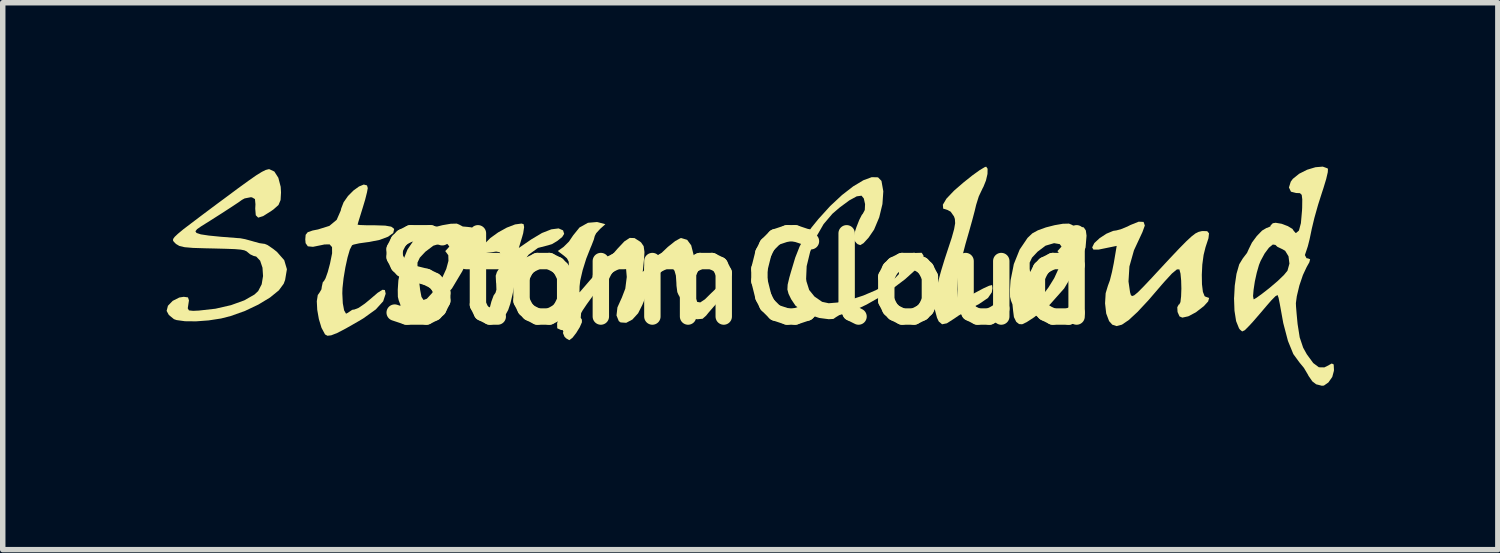
<source format=kicad_pcb>
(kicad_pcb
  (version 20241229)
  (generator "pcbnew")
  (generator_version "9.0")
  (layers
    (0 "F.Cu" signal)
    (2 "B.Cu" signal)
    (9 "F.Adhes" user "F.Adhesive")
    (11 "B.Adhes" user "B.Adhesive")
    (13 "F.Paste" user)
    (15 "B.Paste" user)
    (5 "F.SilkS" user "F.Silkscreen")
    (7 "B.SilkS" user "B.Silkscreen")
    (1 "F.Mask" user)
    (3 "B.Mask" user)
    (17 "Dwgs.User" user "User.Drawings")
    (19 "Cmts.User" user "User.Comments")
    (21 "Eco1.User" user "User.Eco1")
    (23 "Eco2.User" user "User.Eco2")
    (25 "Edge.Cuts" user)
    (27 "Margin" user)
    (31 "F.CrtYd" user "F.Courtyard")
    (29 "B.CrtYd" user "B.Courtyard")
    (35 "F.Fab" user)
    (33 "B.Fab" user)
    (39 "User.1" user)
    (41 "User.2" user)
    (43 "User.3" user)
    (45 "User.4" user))
  (footprint "StormCloud"
    (layer "F.Cu")
    (at 10.452 2.055)
    (property "Reference" "StormCloud" (at 0 0 0) (layer "F.SilkS") (effects (font (size 1.524 1.524) (thickness 0.3))))
    (attr board_only exclude_from_pos_files exclude_from_bom)
    (fp_poly (pts (xy -3.917 -1.001) (xy -3.908 -0.947) (xy -3.925 -0.836) (xy -3.943 -0.772) (xy -4.005 -0.566) (xy -3.777 -0.723) (xy -3.581 -0.84) (xy -3.41 -0.907) (xy -3.277 -0.924) (xy -3.195 -0.888) (xy -3.175 -0.824) (xy -3.211 -0.767) (xy -3.297 -0.697) (xy -3.396 -0.637) (xy -3.468 -0.615) (xy -3.654 -0.567) (xy -3.825 -0.443) (xy -3.964 -0.26) (xy -4.055 -0.034) (xy -4.068 0.023) (xy -4.118 0.275) (xy -4.16 0.452) (xy -4.2 0.57) (xy -4.243 0.648) (xy -4.295 0.701) (xy -4.302 0.707) (xy -4.433 0.783) (xy -4.524 0.776) (xy -4.555 0.743) (xy -4.561 0.671) (xy -4.542 0.549) (xy -4.507 0.414) (xy -4.466 0.303) (xy -4.432 0.255) (xy -4.415 0.198) (xy -4.419 0.088) (xy -4.422 0.065) (xy -4.428 -0.058) (xy -4.405 -0.13) (xy -4.401 -0.133) (xy -4.353 -0.213) (xy -4.335 -0.362) (xy -4.337 -0.434) (xy -4.356 -0.488) (xy -4.42 -0.5) (xy -4.506 -0.487) (xy -4.615 -0.473) (xy -4.661 -0.495) (xy -4.669 -0.555) (xy -4.629 -0.645) (xy -4.526 -0.748) (xy -4.383 -0.851) (xy -4.224 -0.939) (xy -4.073 -0.997) (xy -3.955 -1.013)) (stroke (width 0) (type solid)) (fill yes) (layer "F.SilkS"))
    (fp_poly (pts (xy 4.576 -2.016) (xy 4.574 -1.921) (xy 4.546 -1.801) (xy 4.499 -1.684) (xy 4.487 -1.663) (xy 4.415 -1.511) (xy 4.366 -1.354) (xy 4.34 -1.245) (xy 4.294 -1.071) (xy 4.234 -0.857) (xy 4.171 -0.638) (xy 4.087 -0.315) (xy 4.035 -0.034) (xy 4.017 0.191) (xy 4.034 0.348) (xy 4.047 0.382) (xy 4.093 0.377) (xy 4.196 0.333) (xy 4.337 0.26) (xy 4.35 0.253) (xy 4.494 0.176) (xy 4.603 0.126) (xy 4.657 0.113) (xy 4.658 0.113) (xy 4.665 0.17) (xy 4.653 0.246) (xy 4.583 0.349) (xy 4.424 0.457) (xy 4.372 0.485) (xy 4.203 0.577) (xy 4.042 0.674) (xy 3.965 0.727) (xy 3.831 0.813) (xy 3.743 0.831) (xy 3.682 0.78) (xy 3.65 0.712) (xy 3.593 0.5) (xy 3.607 0.339) (xy 3.611 0.327) (xy 3.639 0.23) (xy 3.658 0.117) (xy 3.68 0.016) (xy 3.725 -0.148) (xy 3.787 -0.351) (xy 3.844 -0.525) (xy 3.919 -0.752) (xy 3.963 -0.91) (xy 3.982 -1.019) (xy 3.977 -1.096) (xy 3.961 -1.143) (xy 3.9 -1.23) (xy 3.843 -1.261) (xy 3.763 -1.286) (xy 3.757 -1.358) (xy 3.822 -1.468) (xy 3.956 -1.609) (xy 3.971 -1.623) (xy 4.135 -1.765) (xy 4.294 -1.892) (xy 4.43 -1.99) (xy 4.524 -2.046) (xy 4.55 -2.054)) (stroke (width 0) (type solid)) (fill yes) (layer "F.SilkS"))
    (fp_poly (pts (xy -5.097 -0.994) (xy -5.031 -0.959) (xy -4.949 -0.952) (xy -4.869 -0.943) (xy -4.832 -0.887) (xy -4.819 -0.791) (xy -4.836 -0.573) (xy -4.932 -0.347) (xy -4.944 -0.327) (xy -4.996 -0.231) (xy -5.04 -0.14) (xy -5.229 0.176) (xy -5.491 0.471) (xy -5.78 0.704) (xy -5.915 0.792) (xy -5.998 0.831) (xy -6.054 0.827) (xy -6.106 0.786) (xy -6.107 0.784) (xy -6.147 0.7) (xy -6.163 0.584) (xy -6.175 0.467) (xy -6.203 0.395) (xy -6.219 0.329) (xy -6.221 0.198) (xy -6.21 0.031) (xy -6.209 0.023) (xy -6.166 -0.189) (xy -5.86 -0.189) (xy -5.859 -0.183) (xy -5.841 -0.034) (xy -5.818 0.144) (xy -5.812 0.199) (xy -5.787 0.33) (xy -5.749 0.386) (xy -5.688 0.363) (xy -5.595 0.262) (xy -5.516 0.157) (xy -5.41 -0.014) (xy -5.333 -0.183) (xy -5.293 -0.33) (xy -5.296 -0.433) (xy -5.319 -0.465) (xy -5.352 -0.509) (xy -5.328 -0.534) (xy -5.277 -0.591) (xy -5.309 -0.636) (xy -5.413 -0.654) (xy -5.569 -0.608) (xy -5.715 -0.498) (xy -5.817 -0.389) (xy -5.86 -0.298) (xy -5.86 -0.189) (xy -6.166 -0.189) (xy -6.15 -0.271) (xy -6.043 -0.537) (xy -5.899 -0.75) (xy -5.812 -0.833) (xy -5.71 -0.889) (xy -5.564 -0.942) (xy -5.403 -0.983) (xy -5.252 -1.009) (xy -5.141 -1.012)) (stroke (width 0) (type solid)) (fill yes) (layer "F.SilkS"))
    (fp_poly (pts (xy 6.109 -0.994) (xy 6.175 -0.959) (xy 6.257 -0.952) (xy 6.336 -0.943) (xy 6.374 -0.887) (xy 6.387 -0.791) (xy 6.369 -0.573) (xy 6.274 -0.347) (xy 6.262 -0.327) (xy 6.21 -0.231) (xy 6.166 -0.14) (xy 5.977 0.176) (xy 5.715 0.471) (xy 5.426 0.704) (xy 5.291 0.792) (xy 5.208 0.831) (xy 5.152 0.827) (xy 5.1 0.786) (xy 5.099 0.784) (xy 5.058 0.7) (xy 5.043 0.584) (xy 5.031 0.467) (xy 5.003 0.395) (xy 4.987 0.329) (xy 4.985 0.198) (xy 4.996 0.031) (xy 4.997 0.023) (xy 5.04 -0.189) (xy 5.346 -0.189) (xy 5.346 -0.183) (xy 5.365 -0.034) (xy 5.387 0.144) (xy 5.394 0.199) (xy 5.419 0.33) (xy 5.457 0.386) (xy 5.518 0.363) (xy 5.611 0.262) (xy 5.69 0.157) (xy 5.796 -0.014) (xy 5.873 -0.183) (xy 5.913 -0.33) (xy 5.91 -0.433) (xy 5.887 -0.465) (xy 5.854 -0.509) (xy 5.878 -0.534) (xy 5.929 -0.591) (xy 5.897 -0.636) (xy 5.793 -0.654) (xy 5.637 -0.608) (xy 5.491 -0.498) (xy 5.389 -0.389) (xy 5.346 -0.298) (xy 5.346 -0.189) (xy 5.04 -0.189) (xy 5.056 -0.271) (xy 5.163 -0.537) (xy 5.307 -0.75) (xy 5.394 -0.833) (xy 5.496 -0.889) (xy 5.642 -0.942) (xy 5.803 -0.983) (xy 5.953 -1.009) (xy 6.065 -1.012)) (stroke (width 0) (type solid)) (fill yes) (layer "F.SilkS"))
    (fp_poly (pts (xy 7.431 -1.043) (xy 7.454 -0.977) (xy 7.41 -0.856) (xy 7.255 -0.523) (xy 7.172 -0.228) (xy 7.155 0.047) (xy 7.184 0.247) (xy 7.198 0.295) (xy 7.22 0.315) (xy 7.259 0.301) (xy 7.327 0.245) (xy 7.432 0.139) (xy 7.586 -0.024) (xy 7.681 -0.127) (xy 7.908 -0.371) (xy 8.081 -0.554) (xy 8.211 -0.686) (xy 8.307 -0.775) (xy 8.379 -0.831) (xy 8.437 -0.86) (xy 8.489 -0.873) (xy 8.515 -0.876) (xy 8.596 -0.873) (xy 8.629 -0.834) (xy 8.619 -0.744) (xy 8.567 -0.586) (xy 8.566 -0.584) (xy 8.53 -0.439) (xy 8.506 -0.262) (xy 8.497 -0.075) (xy 8.5 0.099) (xy 8.517 0.237) (xy 8.548 0.316) (xy 8.568 0.327) (xy 8.631 0.349) (xy 8.613 0.413) (xy 8.533 0.5) (xy 8.388 0.612) (xy 8.25 0.685) (xy 8.141 0.709) (xy 8.089 0.687) (xy 8.053 0.606) (xy 8.048 0.519) (xy 8.075 0.469) (xy 8.085 0.467) (xy 8.106 0.425) (xy 8.118 0.319) (xy 8.123 0.178) (xy 8.119 0.029) (xy 8.107 -0.097) (xy 8.087 -0.173) (xy 8.086 -0.174) (xy 8.042 -0.174) (xy 7.951 -0.099) (xy 7.813 0.051) (xy 7.765 0.106) (xy 7.519 0.392) (xy 7.319 0.606) (xy 7.16 0.753) (xy 7.035 0.838) (xy 6.936 0.864) (xy 6.858 0.838) (xy 6.8 0.773) (xy 6.747 0.633) (xy 6.726 0.448) (xy 6.737 0.262) (xy 6.778 0.126) (xy 6.814 0.028) (xy 6.853 -0.127) (xy 6.886 -0.29) (xy 6.939 -0.604) (xy 6.831 -0.582) (xy 6.695 -0.554) (xy 6.607 -0.536) (xy 6.513 -0.536) (xy 6.49 -0.576) (xy 6.529 -0.655) (xy 6.626 -0.745) (xy 6.751 -0.827) (xy 6.876 -0.879) (xy 6.932 -0.887) (xy 7.013 -0.908) (xy 7.137 -0.959) (xy 7.192 -0.987) (xy 7.342 -1.047)) (stroke (width 0) (type solid)) (fill yes) (layer "F.SilkS"))
    (fp_poly (pts (xy 2.57 -1.859) (xy 2.633 -1.794) (xy 2.667 -1.603) (xy 2.651 -1.37) (xy 2.592 -1.126) (xy 2.498 -0.902) (xy 2.397 -0.754) (xy 2.305 -0.654) (xy 2.246 -0.618) (xy 2.198 -0.635) (xy 2.174 -0.656) (xy 2.133 -0.708) (xy 2.125 -0.77) (xy 2.151 -0.874) (xy 2.175 -0.948) (xy 2.227 -1.08) (xy 2.274 -1.172) (xy 2.292 -1.193) (xy 2.328 -1.261) (xy 2.333 -1.369) (xy 2.31 -1.472) (xy 2.268 -1.523) (xy 2.18 -1.511) (xy 2.043 -1.436) (xy 1.866 -1.305) (xy 1.735 -1.192) (xy 1.574 -1.003) (xy 1.435 -0.762) (xy 1.328 -0.496) (xy 1.264 -0.233) (xy 1.254 -0.000053) (xy 1.26 0.045) (xy 1.31 0.203) (xy 1.407 0.323) (xy 1.547 0.42) (xy 1.668 0.446) (xy 1.847 0.431) (xy 2.065 0.382) (xy 2.3 0.305) (xy 2.53 0.207) (xy 2.735 0.095) (xy 2.883 -0.015) (xy 2.952 -0.087) (xy 2.955 -0.139) (xy 2.911 -0.195) (xy 2.859 -0.264) (xy 2.852 -0.293) (xy 2.902 -0.318) (xy 3.009 -0.369) (xy 3.1 -0.412) (xy 3.268 -0.475) (xy 3.37 -0.478) (xy 3.404 -0.423) (xy 3.366 -0.312) (xy 3.354 -0.291) (xy 3.242 -0.153) (xy 3.066 0.006) (xy 2.846 0.172) (xy 2.603 0.333) (xy 2.358 0.472) (xy 2.134 0.577) (xy 1.973 0.628) (xy 1.862 0.663) (xy 1.797 0.702) (xy 1.795 0.704) (xy 1.754 0.733) (xy 1.668 0.738) (xy 1.515 0.718) (xy 1.494 0.715) (xy 1.246 0.634) (xy 1.06 0.491) (xy 0.98 0.372) (xy 0.932 0.273) (xy 0.911 0.194) (xy 0.916 0.105) (xy 0.947 -0.026) (xy 0.976 -0.127) (xy 1.055 -0.39) (xy 1.135 -0.593) (xy 1.229 -0.767) (xy 1.357 -0.946) (xy 1.48 -1.097) (xy 1.695 -1.334) (xy 1.911 -1.535) (xy 2.116 -1.694) (xy 2.301 -1.805) (xy 2.455 -1.862)) (stroke (width 0) (type solid)) (fill yes) (layer "F.SilkS"))
    (fp_poly (pts (xy -6.784 -1.711) (xy -6.77 -1.662) (xy -6.784 -1.585) (xy -6.818 -1.45) (xy -6.863 -1.3) (xy -6.91 -1.148) (xy -6.944 -1.038) (xy -6.956 -0.992) (xy -6.914 -0.986) (xy -6.802 -0.982) (xy -6.644 -0.981) (xy -6.635 -0.981) (xy -6.45 -0.975) (xy -6.341 -0.956) (xy -6.291 -0.919) (xy -6.287 -0.911) (xy -6.304 -0.84) (xy -6.398 -0.772) (xy -6.552 -0.714) (xy -6.75 -0.675) (xy -6.783 -0.671) (xy -6.927 -0.651) (xy -7.029 -0.628) (xy -7.058 -0.615) (xy -7.098 -0.537) (xy -7.14 -0.393) (xy -7.18 -0.21) (xy -7.213 -0.013) (xy -7.233 0.171) (xy -7.236 0.264) (xy -7.227 0.447) (xy -7.203 0.576) (xy -7.168 0.637) (xy -7.127 0.617) (xy -7.123 0.612) (xy -7.054 0.566) (xy -7.013 0.56) (xy -6.937 0.53) (xy -6.823 0.452) (xy -6.727 0.373) (xy -6.588 0.254) (xy -6.501 0.199) (xy -6.457 0.204) (xy -6.443 0.267) (xy -6.443 0.274) (xy -6.488 0.41) (xy -6.623 0.559) (xy -6.85 0.722) (xy -6.944 0.778) (xy -7.17 0.907) (xy -7.331 0.991) (xy -7.439 1.033) (xy -7.508 1.041) (xy -7.55 1.018) (xy -7.554 1.013) (xy -7.617 0.895) (xy -7.665 0.737) (xy -7.695 0.566) (xy -7.703 0.409) (xy -7.685 0.295) (xy -7.657 0.257) (xy -7.618 0.191) (xy -7.611 0.141) (xy -7.593 0.061) (xy -7.572 0.039) (xy -7.543 -0.011) (xy -7.502 -0.127) (xy -7.461 -0.28) (xy -7.423 -0.468) (xy -7.424 -0.582) (xy -7.469 -0.632) (xy -7.563 -0.63) (xy -7.61 -0.62) (xy -7.773 -0.587) (xy -7.867 -0.596) (xy -7.908 -0.654) (xy -7.914 -0.723) (xy -7.907 -0.807) (xy -7.869 -0.855) (xy -7.778 -0.886) (xy -7.681 -0.905) (xy -7.473 -0.97) (xy -7.339 -1.081) (xy -7.265 -1.25) (xy -7.256 -1.29) (xy -7.212 -1.403) (xy -7.132 -1.517) (xy -7.033 -1.617) (xy -6.931 -1.691) (xy -6.843 -1.727)) (stroke (width 0) (type solid)) (fill yes) (layer "F.SilkS"))
    (fp_poly (pts (xy -8.48 -1.965) (xy -8.407 -1.851) (xy -8.364 -1.686) (xy -8.358 -1.583) (xy -8.366 -1.443) (xy -8.404 -1.353) (xy -8.494 -1.273) (xy -8.535 -1.244) (xy -8.685 -1.149) (xy -8.776 -1.121) (xy -8.82 -1.165) (xy -8.83 -1.286) (xy -8.826 -1.366) (xy -8.835 -1.461) (xy -8.891 -1.493) (xy -8.916 -1.494) (xy -9.024 -1.473) (xy -9.072 -1.447) (xy -9.141 -1.398) (xy -9.274 -1.31) (xy -9.453 -1.194) (xy -9.662 -1.061) (xy -9.822 -0.961) (xy -9.894 -0.911) (xy -9.925 -0.872) (xy -9.905 -0.841) (xy -9.826 -0.815) (xy -9.68 -0.793) (xy -9.459 -0.771) (xy -9.154 -0.747) (xy -9.105 -0.744) (xy -9.015 -0.727) (xy -8.887 -0.692) (xy -8.871 -0.687) (xy -8.751 -0.654) (xy -8.668 -0.642) (xy -8.661 -0.642) (xy -8.602 -0.618) (xy -8.501 -0.549) (xy -8.432 -0.494) (xy -8.299 -0.342) (xy -8.25 -0.177) (xy -8.283 0.019) (xy -8.309 0.089) (xy -8.398 0.21) (xy -8.559 0.341) (xy -8.772 0.47) (xy -9.018 0.587) (xy -9.276 0.679) (xy -9.455 0.725) (xy -9.683 0.76) (xy -9.913 0.777) (xy -10.117 0.775) (xy -10.27 0.754) (xy -10.318 0.737) (xy -10.411 0.661) (xy -10.452 0.586) (xy -10.428 0.492) (xy -10.341 0.402) (xy -10.22 0.341) (xy -10.138 0.328) (xy -10.061 0.339) (xy -10.043 0.394) (xy -10.053 0.459) (xy -10.065 0.539) (xy -10.043 0.577) (xy -9.966 0.585) (xy -9.861 0.58) (xy -9.558 0.546) (xy -9.274 0.481) (xy -9.03 0.393) (xy -8.846 0.288) (xy -8.776 0.223) (xy -8.712 0.099) (xy -8.687 -0.052) (xy -8.697 -0.205) (xy -8.74 -0.333) (xy -8.812 -0.409) (xy -8.859 -0.42) (xy -8.923 -0.45) (xy -8.958 -0.479) (xy -8.988 -0.504) (xy -9.029 -0.523) (xy -9.096 -0.536) (xy -9.203 -0.545) (xy -9.367 -0.551) (xy -9.602 -0.557) (xy -9.743 -0.56) (xy -9.97 -0.567) (xy -10.123 -0.58) (xy -10.219 -0.603) (xy -10.279 -0.638) (xy -10.294 -0.653) (xy -10.32 -0.679) (xy -10.335 -0.702) (xy -10.333 -0.73) (xy -10.306 -0.768) (xy -10.246 -0.825) (xy -10.146 -0.908) (xy -9.996 -1.022) (xy -9.791 -1.177) (xy -9.522 -1.378) (xy -9.408 -1.462) (xy -9.15 -1.654) (xy -8.954 -1.796) (xy -8.811 -1.896) (xy -8.709 -1.959) (xy -8.638 -1.994) (xy -8.587 -2.007) (xy -8.572 -2.008)) (stroke (width 0) (type solid)) (fill yes) (layer "F.SilkS"))
    (fp_poly (pts (xy 10.797 -2.024) (xy 10.806 -2.013) (xy 10.803 -1.953) (xy 10.774 -1.828) (xy 10.723 -1.66) (xy 10.697 -1.581) (xy 10.625 -1.355) (xy 10.558 -1.117) (xy 10.509 -0.913) (xy 10.504 -0.887) (xy 10.47 -0.725) (xy 10.438 -0.598) (xy 10.418 -0.537) (xy 10.384 -0.436) (xy 10.414 -0.379) (xy 10.443 -0.374) (xy 10.48 -0.359) (xy 10.465 -0.303) (xy 10.416 -0.216) (xy 10.348 -0.071) (xy 10.283 0.121) (xy 10.236 0.317) (xy 10.219 0.444) (xy 10.222 0.51) (xy 10.233 0.643) (xy 10.249 0.813) (xy 10.251 0.83) (xy 10.289 1.071) (xy 10.352 1.259) (xy 10.419 1.38) (xy 10.537 1.541) (xy 10.64 1.618) (xy 10.74 1.62) (xy 10.791 1.595) (xy 10.876 1.549) (xy 10.911 1.566) (xy 10.916 1.661) (xy 10.915 1.683) (xy 10.885 1.795) (xy 10.815 1.895) (xy 10.732 1.953) (xy 10.694 1.956) (xy 10.632 1.94) (xy 10.591 1.93) (xy 10.52 1.876) (xy 10.449 1.773) (xy 10.442 1.757) (xy 10.366 1.629) (xy 10.283 1.528) (xy 10.281 1.525) (xy 10.172 1.376) (xy 10.074 1.136) (xy 9.988 0.809) (xy 9.923 0.45) (xy 9.902 0.346) (xy 9.883 0.295) (xy 9.845 0.317) (xy 9.768 0.395) (xy 9.682 0.494) (xy 9.557 0.641) (xy 9.433 0.784) (xy 9.37 0.853) (xy 9.285 0.939) (xy 9.236 0.962) (xy 9.196 0.929) (xy 9.178 0.905) (xy 9.125 0.773) (xy 9.095 0.582) (xy 9.087 0.357) (xy 9.09 0.314) (xy 9.435 0.314) (xy 9.445 0.371) (xy 9.45 0.374) (xy 9.498 0.346) (xy 9.598 0.274) (xy 9.729 0.172) (xy 9.747 0.157) (xy 9.887 0.038) (xy 10 -0.071) (xy 10.063 -0.147) (xy 10.065 -0.15) (xy 10.101 -0.28) (xy 10.084 -0.414) (xy 10.023 -0.514) (xy 9.975 -0.542) (xy 9.881 -0.587) (xy 9.844 -0.622) (xy 9.797 -0.629) (xy 9.726 -0.571) (xy 9.647 -0.465) (xy 9.574 -0.33) (xy 9.544 -0.256) (xy 9.503 -0.113) (xy 9.468 0.046) (xy 9.445 0.197) (xy 9.435 0.314) (xy 9.09 0.314) (xy 9.1 0.124) (xy 9.132 -0.093) (xy 9.182 -0.267) (xy 9.247 -0.374) (xy 9.325 -0.476) (xy 9.358 -0.549) (xy 9.415 -0.665) (xy 9.504 -0.785) (xy 9.6 -0.884) (xy 9.681 -0.932) (xy 9.693 -0.934) (xy 9.752 -0.96) (xy 9.758 -0.981) (xy 9.797 -1.019) (xy 9.85 -1.027) (xy 9.957 -1.009) (xy 10.071 -0.966) (xy 10.156 -0.915) (xy 10.179 -0.88) (xy 10.214 -0.841) (xy 10.222 -0.84) (xy 10.275 -0.885) (xy 10.311 -1.02) (xy 10.331 -1.246) (xy 10.334 -1.302) (xy 10.336 -1.456) (xy 10.326 -1.538) (xy 10.294 -1.569) (xy 10.233 -1.572) (xy 10.227 -1.571) (xy 10.129 -1.596) (xy 10.092 -1.673) (xy 10.125 -1.779) (xy 10.163 -1.831) (xy 10.278 -1.924) (xy 10.425 -1.998) (xy 10.578 -2.044) (xy 10.711 -2.055)) (stroke (width 0) (type solid)) (fill yes) (layer "F.SilkS"))
    (fp_poly (pts (xy -2.548 -1.035) (xy -2.421 -1.001) (xy -2.518 -0.914) (xy -2.589 -0.836) (xy -2.615 -0.785) (xy -2.632 -0.72) (xy -2.676 -0.607) (xy -2.692 -0.57) (xy -2.771 -0.37) (xy -2.837 -0.158) (xy -2.881 0.031) (xy -2.893 0.136) (xy -2.895 0.248) (xy -2.798 0.136) (xy -2.706 0.029) (xy -2.591 -0.101) (xy -2.553 -0.145) (xy -2.44 -0.275) (xy -2.301 -0.435) (xy -2.201 -0.55) (xy -2.073 -0.686) (xy -1.975 -0.75) (xy -1.887 -0.747) (xy -1.787 -0.683) (xy -1.767 -0.667) (xy -1.72 -0.599) (xy -1.705 -0.491) (xy -1.713 -0.364) (xy -1.737 -0.128) (xy -1.432 -0.438) (xy -1.276 -0.586) (xy -1.143 -0.692) (xy -1.049 -0.744) (xy -1.031 -0.747) (xy -0.924 -0.715) (xy -0.85 -0.615) (xy -0.805 -0.439) (xy -0.788 -0.183) (xy -0.788 -0.082) (xy -0.787 0.171) (xy -0.773 0.336) (xy -0.74 0.421) (xy -0.684 0.431) (xy -0.598 0.374) (xy -0.488 0.265) (xy -0.345 0.128) (xy -0.243 0.067) (xy -0.178 0.082) (xy -0.151 0.13) (xy -0.171 0.19) (xy -0.242 0.291) (xy -0.323 0.384) (xy -0.438 0.509) (xy -0.534 0.62) (xy -0.576 0.672) (xy -0.641 0.73) (xy -0.739 0.739) (xy -0.806 0.729) (xy -0.916 0.698) (xy -0.972 0.64) (xy -1.002 0.523) (xy -1.004 0.512) (xy -1.034 0.389) (xy -1.069 0.31) (xy -1.078 0.301) (xy -1.104 0.242) (xy -1.119 0.125) (xy -1.121 0.07) (xy -1.13 -0.061) (xy -1.155 -0.149) (xy -1.167 -0.163) (xy -1.203 -0.227) (xy -1.214 -0.313) (xy -1.214 -0.433) (xy -1.299 -0.321) (xy -1.435 -0.124) (xy -1.569 0.103) (xy -1.681 0.323) (xy -1.743 0.474) (xy -1.821 0.629) (xy -1.926 0.744) (xy -2.039 0.804) (xy -2.142 0.797) (xy -2.175 0.773) (xy -2.217 0.669) (xy -2.2 0.522) (xy -2.125 0.355) (xy -2.122 0.35) (xy -2.056 0.178) (xy -2.029 -0.035) (xy -2.046 -0.232) (xy -2.072 -0.336) (xy -2.1 -0.361) (xy -2.149 -0.319) (xy -2.164 -0.302) (xy -2.264 -0.186) (xy -2.388 -0.032) (xy -2.522 0.141) (xy -2.651 0.312) (xy -2.761 0.464) (xy -2.837 0.577) (xy -2.865 0.627) (xy -2.872 0.712) (xy -2.851 0.745) (xy -2.85 0.794) (xy -2.89 0.885) (xy -2.954 0.989) (xy -3.022 1.077) (xy -3.078 1.12) (xy -3.083 1.121) (xy -3.138 1.089) (xy -3.169 1.058) (xy -3.198 0.99) (xy -3.19 0.965) (xy -3.2 0.939) (xy -3.237 0.934) (xy -3.302 0.904) (xy -3.304 0.811) (xy -3.245 0.654) (xy -3.22 0.604) (xy -3.164 0.465) (xy -3.136 0.343) (xy -3.136 0.314) (xy -3.136 0.211) (xy -3.124 0.056) (xy -3.108 -0.065) (xy -3.089 -0.222) (xy -3.092 -0.315) (xy -3.123 -0.375) (xy -3.18 -0.425) (xy -3.292 -0.51) (xy -3.186 -0.585) (xy -3.088 -0.682) (xy -3.011 -0.796) (xy -2.894 -0.941) (xy -2.739 -1.027) (xy -2.573 -1.041)) (stroke (width 0) (type solid)) (fill yes) (layer "F.SilkS")))
  (gr_rect
    (start -3 -3)
    (end 24.368 7.011)
    (stroke (width 0.1) (type default))
    (fill no)
    (layer "Edge.Cuts")))
</source>
